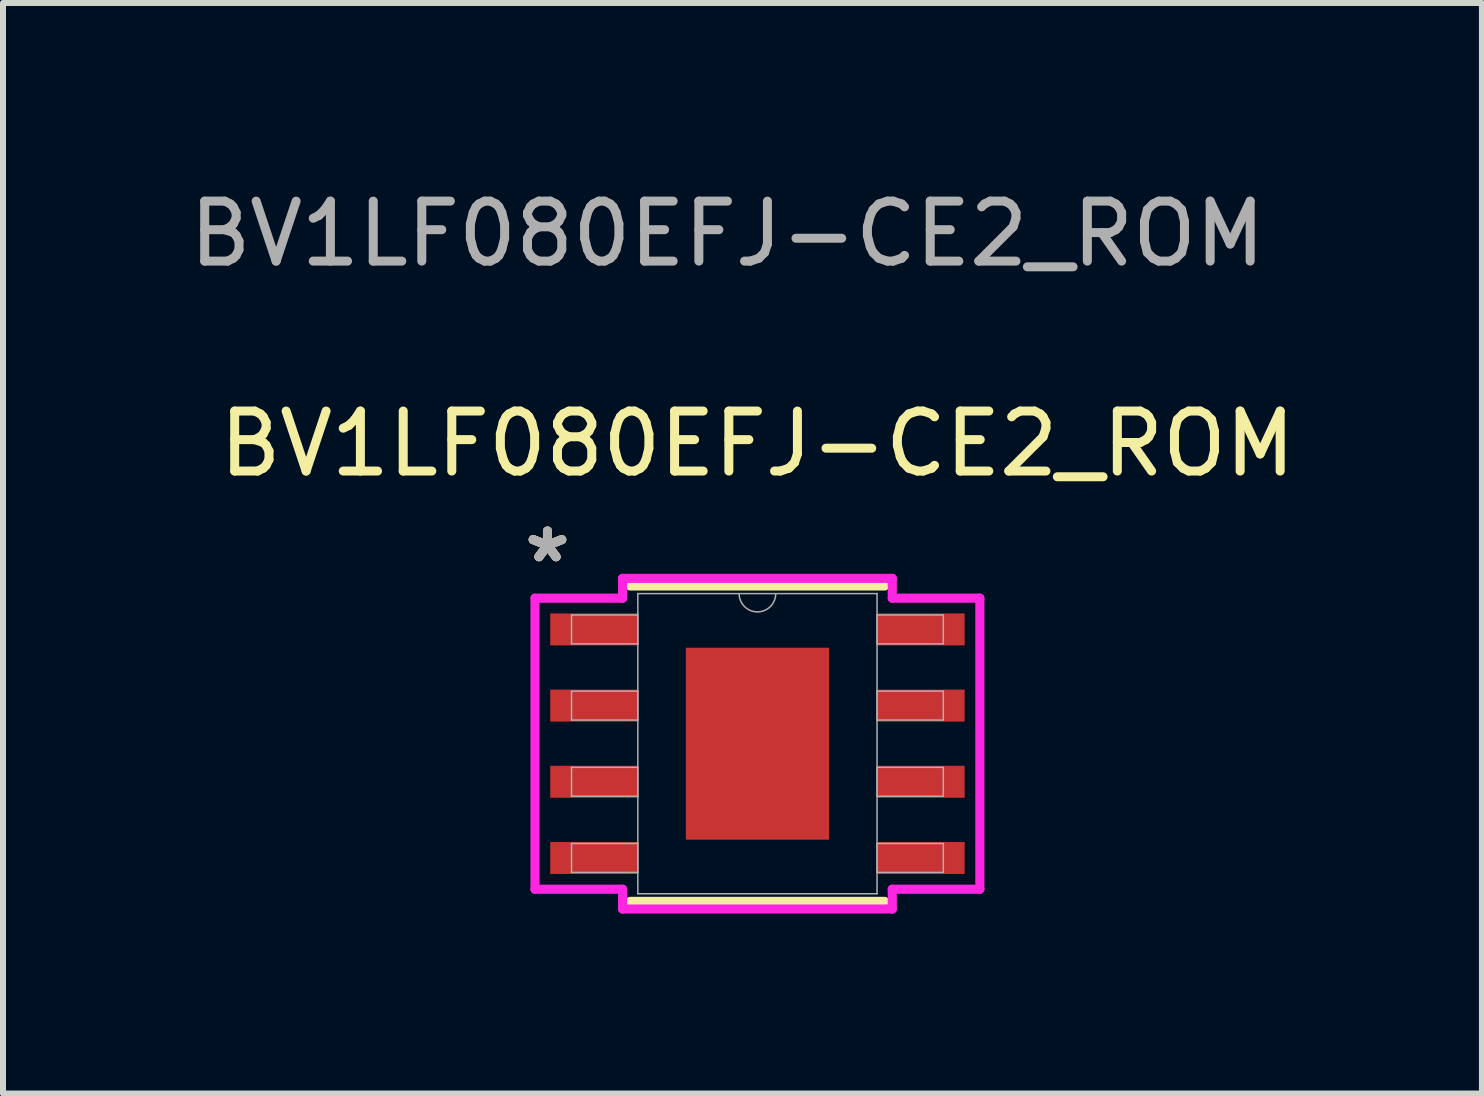
<source format=kicad_pcb>
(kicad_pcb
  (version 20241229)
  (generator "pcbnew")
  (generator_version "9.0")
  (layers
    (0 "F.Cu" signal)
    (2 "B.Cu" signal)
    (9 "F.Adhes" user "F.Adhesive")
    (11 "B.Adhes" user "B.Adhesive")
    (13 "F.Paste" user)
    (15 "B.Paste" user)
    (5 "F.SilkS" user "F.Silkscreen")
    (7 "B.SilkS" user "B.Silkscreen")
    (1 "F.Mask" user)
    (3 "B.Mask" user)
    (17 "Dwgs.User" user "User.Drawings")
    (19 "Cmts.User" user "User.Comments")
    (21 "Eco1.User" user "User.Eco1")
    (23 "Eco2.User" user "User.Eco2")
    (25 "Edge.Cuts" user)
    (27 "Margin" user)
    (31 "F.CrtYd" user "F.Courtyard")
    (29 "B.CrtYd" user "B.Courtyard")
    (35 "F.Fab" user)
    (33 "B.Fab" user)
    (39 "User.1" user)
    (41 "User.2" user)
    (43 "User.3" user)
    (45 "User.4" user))
  (footprint "BV1LF080EFJ-CE2_ROM"
    (layer "F.Cu")
    (at 9.577 9.348)
    (property "Reference" "BV1LF080EFJ-CE2_ROM" (at 0 -5 0) (unlocked yes) (layer "F.SilkS") (effects (font (size 1 1) (thickness 0.15))))
    (attr smd)
    (fp_line (start -2.121 2.629) (end 2.121 2.629) (stroke (width 0.152) (type solid)) (layer "F.SilkS"))
    (fp_line (start 2.121 -2.629) (end -2.121 -2.629) (stroke (width 0.152) (type solid)) (layer "F.SilkS"))
    (fp_poly (pts (xy -1.094 -1.5) (xy -1.094 -0.1) (xy 1.094 -0.1) (xy 1.094 -1.5)) (stroke (width 0) (type solid)) (fill yes) (layer "F.Paste"))
    (fp_poly (pts (xy -1.094 0.1) (xy -1.094 1.5) (xy 1.094 1.5) (xy 1.094 0.1)) (stroke (width 0) (type solid)) (fill yes) (layer "F.Paste"))
    (fp_line (start -3.708 -2.426) (end -2.248 -2.426) (stroke (width 0.152) (type solid)) (layer "F.CrtYd"))
    (fp_line (start -3.708 2.426) (end -3.708 -2.426) (stroke (width 0.152) (type solid)) (layer "F.CrtYd"))
    (fp_line (start -3.708 2.426) (end -2.248 2.426) (stroke (width 0.152) (type solid)) (layer "F.CrtYd"))
    (fp_line (start -2.248 -2.756) (end 2.248 -2.756) (stroke (width 0.152) (type solid)) (layer "F.CrtYd"))
    (fp_line (start -2.248 -2.426) (end -2.248 -2.756) (stroke (width 0.152) (type solid)) (layer "F.CrtYd"))
    (fp_line (start -2.248 2.756) (end -2.248 2.426) (stroke (width 0.152) (type solid)) (layer "F.CrtYd"))
    (fp_line (start 2.248 -2.756) (end 2.248 -2.426) (stroke (width 0.152) (type solid)) (layer "F.CrtYd"))
    (fp_line (start 2.248 2.426) (end 2.248 2.756) (stroke (width 0.152) (type solid)) (layer "F.CrtYd"))
    (fp_line (start 2.248 2.756) (end -2.248 2.756) (stroke (width 0.152) (type solid)) (layer "F.CrtYd"))
    (fp_line (start 3.708 -2.426) (end 2.248 -2.426) (stroke (width 0.152) (type solid)) (layer "F.CrtYd"))
    (fp_line (start 3.708 -2.426) (end 3.708 2.426) (stroke (width 0.152) (type solid)) (layer "F.CrtYd"))
    (fp_line (start 3.708 2.426) (end 2.248 2.426) (stroke (width 0.152) (type solid)) (layer "F.CrtYd"))
    (fp_line (start -3.099 -2.146) (end -3.099 -1.664) (stroke (width 0.025) (type solid)) (layer "F.Fab"))
    (fp_line (start -3.099 -1.664) (end -1.994 -1.664) (stroke (width 0.025) (type solid)) (layer "F.Fab"))
    (fp_line (start -3.099 -0.876) (end -3.099 -0.394) (stroke (width 0.025) (type solid)) (layer "F.Fab"))
    (fp_line (start -3.099 -0.394) (end -1.994 -0.394) (stroke (width 0.025) (type solid)) (layer "F.Fab"))
    (fp_line (start -3.099 0.394) (end -3.099 0.876) (stroke (width 0.025) (type solid)) (layer "F.Fab"))
    (fp_line (start -3.099 0.876) (end -1.994 0.876) (stroke (width 0.025) (type solid)) (layer "F.Fab"))
    (fp_line (start -3.099 1.664) (end -3.099 2.146) (stroke (width 0.025) (type solid)) (layer "F.Fab"))
    (fp_line (start -3.099 2.146) (end -1.994 2.146) (stroke (width 0.025) (type solid)) (layer "F.Fab"))
    (fp_line (start -1.994 -2.502) (end -1.994 2.502) (stroke (width 0.025) (type solid)) (layer "F.Fab"))
    (fp_line (start -1.994 -2.146) (end -3.099 -2.146) (stroke (width 0.025) (type solid)) (layer "F.Fab"))
    (fp_line (start -1.994 -1.664) (end -1.994 -2.146) (stroke (width 0.025) (type solid)) (layer "F.Fab"))
    (fp_line (start -1.994 -0.876) (end -3.099 -0.876) (stroke (width 0.025) (type solid)) (layer "F.Fab"))
    (fp_line (start -1.994 -0.394) (end -1.994 -0.876) (stroke (width 0.025) (type solid)) (layer "F.Fab"))
    (fp_line (start -1.994 0.394) (end -3.099 0.394) (stroke (width 0.025) (type solid)) (layer "F.Fab"))
    (fp_line (start -1.994 0.876) (end -1.994 0.394) (stroke (width 0.025) (type solid)) (layer "F.Fab"))
    (fp_line (start -1.994 1.664) (end -3.099 1.664) (stroke (width 0.025) (type solid)) (layer "F.Fab"))
    (fp_line (start -1.994 2.146) (end -1.994 1.664) (stroke (width 0.025) (type solid)) (layer "F.Fab"))
    (fp_line (start -1.994 2.502) (end 1.994 2.502) (stroke (width 0.025) (type solid)) (layer "F.Fab"))
    (fp_line (start 1.994 -2.502) (end -1.994 -2.502) (stroke (width 0.025) (type solid)) (layer "F.Fab"))
    (fp_line (start 1.994 -2.146) (end 1.994 -1.664) (stroke (width 0.025) (type solid)) (layer "F.Fab"))
    (fp_line (start 1.994 -1.664) (end 3.099 -1.664) (stroke (width 0.025) (type solid)) (layer "F.Fab"))
    (fp_line (start 1.994 -0.876) (end 1.994 -0.394) (stroke (width 0.025) (type solid)) (layer "F.Fab"))
    (fp_line (start 1.994 -0.394) (end 3.099 -0.394) (stroke (width 0.025) (type solid)) (layer "F.Fab"))
    (fp_line (start 1.994 0.394) (end 1.994 0.876) (stroke (width 0.025) (type solid)) (layer "F.Fab"))
    (fp_line (start 1.994 0.876) (end 3.099 0.876) (stroke (width 0.025) (type solid)) (layer "F.Fab"))
    (fp_line (start 1.994 1.664) (end 1.994 2.146) (stroke (width 0.025) (type solid)) (layer "F.Fab"))
    (fp_line (start 1.994 2.146) (end 3.099 2.146) (stroke (width 0.025) (type solid)) (layer "F.Fab"))
    (fp_line (start 1.994 2.502) (end 1.994 -2.502) (stroke (width 0.025) (type solid)) (layer "F.Fab"))
    (fp_line (start 3.099 -2.146) (end 1.994 -2.146) (stroke (width 0.025) (type solid)) (layer "F.Fab"))
    (fp_line (start 3.099 -1.664) (end 3.099 -2.146) (stroke (width 0.025) (type solid)) (layer "F.Fab"))
    (fp_line (start 3.099 -0.876) (end 1.994 -0.876) (stroke (width 0.025) (type solid)) (layer "F.Fab"))
    (fp_line (start 3.099 -0.394) (end 3.099 -0.876) (stroke (width 0.025) (type solid)) (layer "F.Fab"))
    (fp_line (start 3.099 0.394) (end 1.994 0.394) (stroke (width 0.025) (type solid)) (layer "F.Fab"))
    (fp_line (start 3.099 0.876) (end 3.099 0.394) (stroke (width 0.025) (type solid)) (layer "F.Fab"))
    (fp_line (start 3.099 1.664) (end 1.994 1.664) (stroke (width 0.025) (type solid)) (layer "F.Fab"))
    (fp_line (start 3.099 2.146) (end 3.099 1.664) (stroke (width 0.025) (type solid)) (layer "F.Fab"))
    (fp_arc (start 0.3048 -2.5019) (mid 0 -2.1971) (end -0.3048 -2.5019) (stroke (width 0.0254) (type solid)) (layer "F.Fab"))
    (fp_text user "*" (at -3.5 -3 0) (unlocked yes) (layer "F.SilkS") (effects (font (size 1 1) (thickness 0.15))))
    (fp_text user "*" (at -3.5 -3 0) (layer "F.SilkS") (effects (font (size 1 1) (thickness 0.15))))
    (fp_text user "${REFERENCE}" (at -0.5 -8.5 0) (unlocked yes) (layer "F.Fab") (effects (font (size 1 1) (thickness 0.15))))
    (fp_text user "*" (at -3.5 -3 0) (unlocked yes) (layer "F.Fab") (effects (font (size 1 1) (thickness 0.15))))
    (fp_text user "*" (at -3.5 -3 0) (layer "F.Fab") (effects (font (size 1 1) (thickness 0.15))))
    (pad "1" smd rect (at -2.724 -1.905) (size 1.46 0.533) (layers "F.Cu" "F.Mask" "F.Paste"))
    (pad "2" smd rect (at -2.724 -0.635) (size 1.46 0.533) (layers "F.Cu" "F.Mask" "F.Paste"))
    (pad "3" smd rect (at -2.724 0.635) (size 1.46 0.533) (layers "F.Cu" "F.Mask" "F.Paste"))
    (pad "4" smd rect (at -2.724 1.905) (size 1.46 0.533) (layers "F.Cu" "F.Mask" "F.Paste"))
    (pad "5" smd rect (at 2.724 1.905) (size 1.46 0.533) (layers "F.Cu" "F.Mask" "F.Paste"))
    (pad "6" smd rect (at 2.724 0.635) (size 1.46 0.533) (layers "F.Cu" "F.Mask" "F.Paste"))
    (pad "7" smd rect (at 2.724 -0.635) (size 1.46 0.533) (layers "F.Cu" "F.Mask" "F.Paste"))
    (pad "8" smd rect (at 2.724 -1.905) (size 1.46 0.533) (layers "F.Cu" "F.Mask" "F.Paste"))
    (pad "EPAD" smd rect (at 0 0) (size 2.388 3.2) (layers "F.Cu" "F.Mask")))
  (gr_rect
    (start -3 -3)
    (end 21.655 15.18)
    (stroke (width 0.1) (type default))
    (fill no)
    (layer "Edge.Cuts")))
</source>
